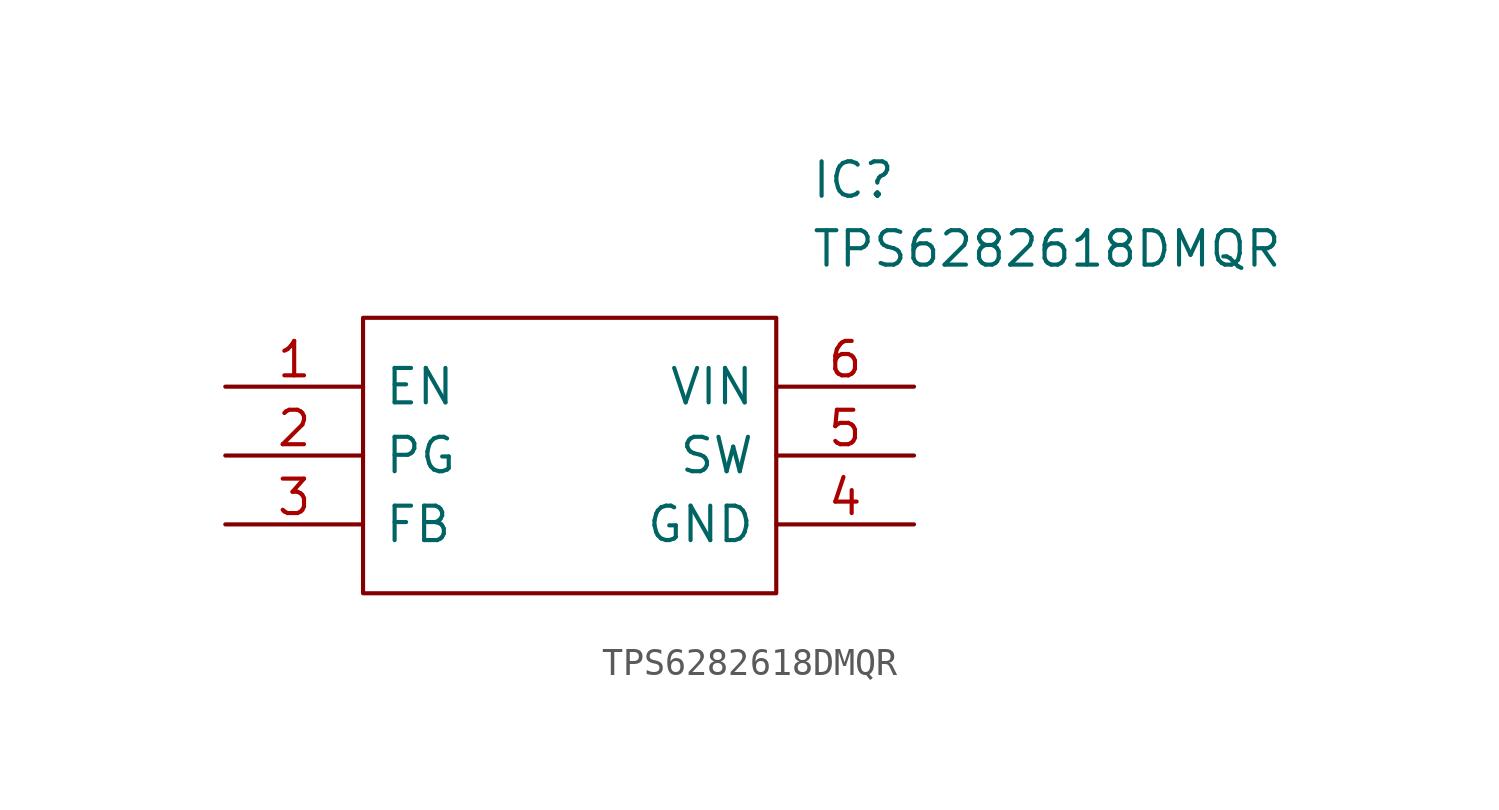
<source format=kicad_sym>
(kicad_symbol_lib
  (version 20211014)
  (generator kicad_symbol_editor)
  (symbol "TPS6282618DMQR"
    (pin_names
      (offset 0.762))
    (property "Reference" "IC"
      (at 21.59 7.62 0)
      (effects (font (size 1.27 1.27)) (justify left)))
    (property "Value" "TPS6282618DMQR"
      (at 21.59 5.08 0)
      (effects (font (size 1.27 1.27)) (justify left)))
    (symbol "TPS6282618DMQR_0_0"
      (pin passive line (at 0 0 0) (length 5.08) (name "EN" (effects (font (size 1.27 1.27)))) (number "1" (effects (font (size 1.27 1.27)))))
      (pin passive line (at 0 -2.54 0) (length 5.08) (name "PG" (effects (font (size 1.27 1.27)))) (number "2" (effects (font (size 1.27 1.27)))))
      (pin passive line (at 0 -5.08 0) (length 5.08) (name "FB" (effects (font (size 1.27 1.27)))) (number "3" (effects (font (size 1.27 1.27)))))
      (pin passive line (at 25.4 -5.08 180) (length 5.08) (name "GND" (effects (font (size 1.27 1.27)))) (number "4" (effects (font (size 1.27 1.27)))))
      (pin passive line (at 25.4 -2.54 180) (length 5.08) (name "SW" (effects (font (size 1.27 1.27)))) (number "5" (effects (font (size 1.27 1.27)))))
      (pin passive line (at 25.4 0 180) (length 5.08) (name "VIN" (effects (font (size 1.27 1.27)))) (number "6" (effects (font (size 1.27 1.27))))))
    (symbol "TPS6282618DMQR_0_1"
      (polyline (pts (xy 5.08 2.54) (xy 20.32 2.54) (xy 20.32 -7.62) (xy 5.08 -7.62) (xy 5.08 2.54)) (stroke (width 0.152) (type default) (color 0 0 0 0)) (fill (type none))))))
</source>
